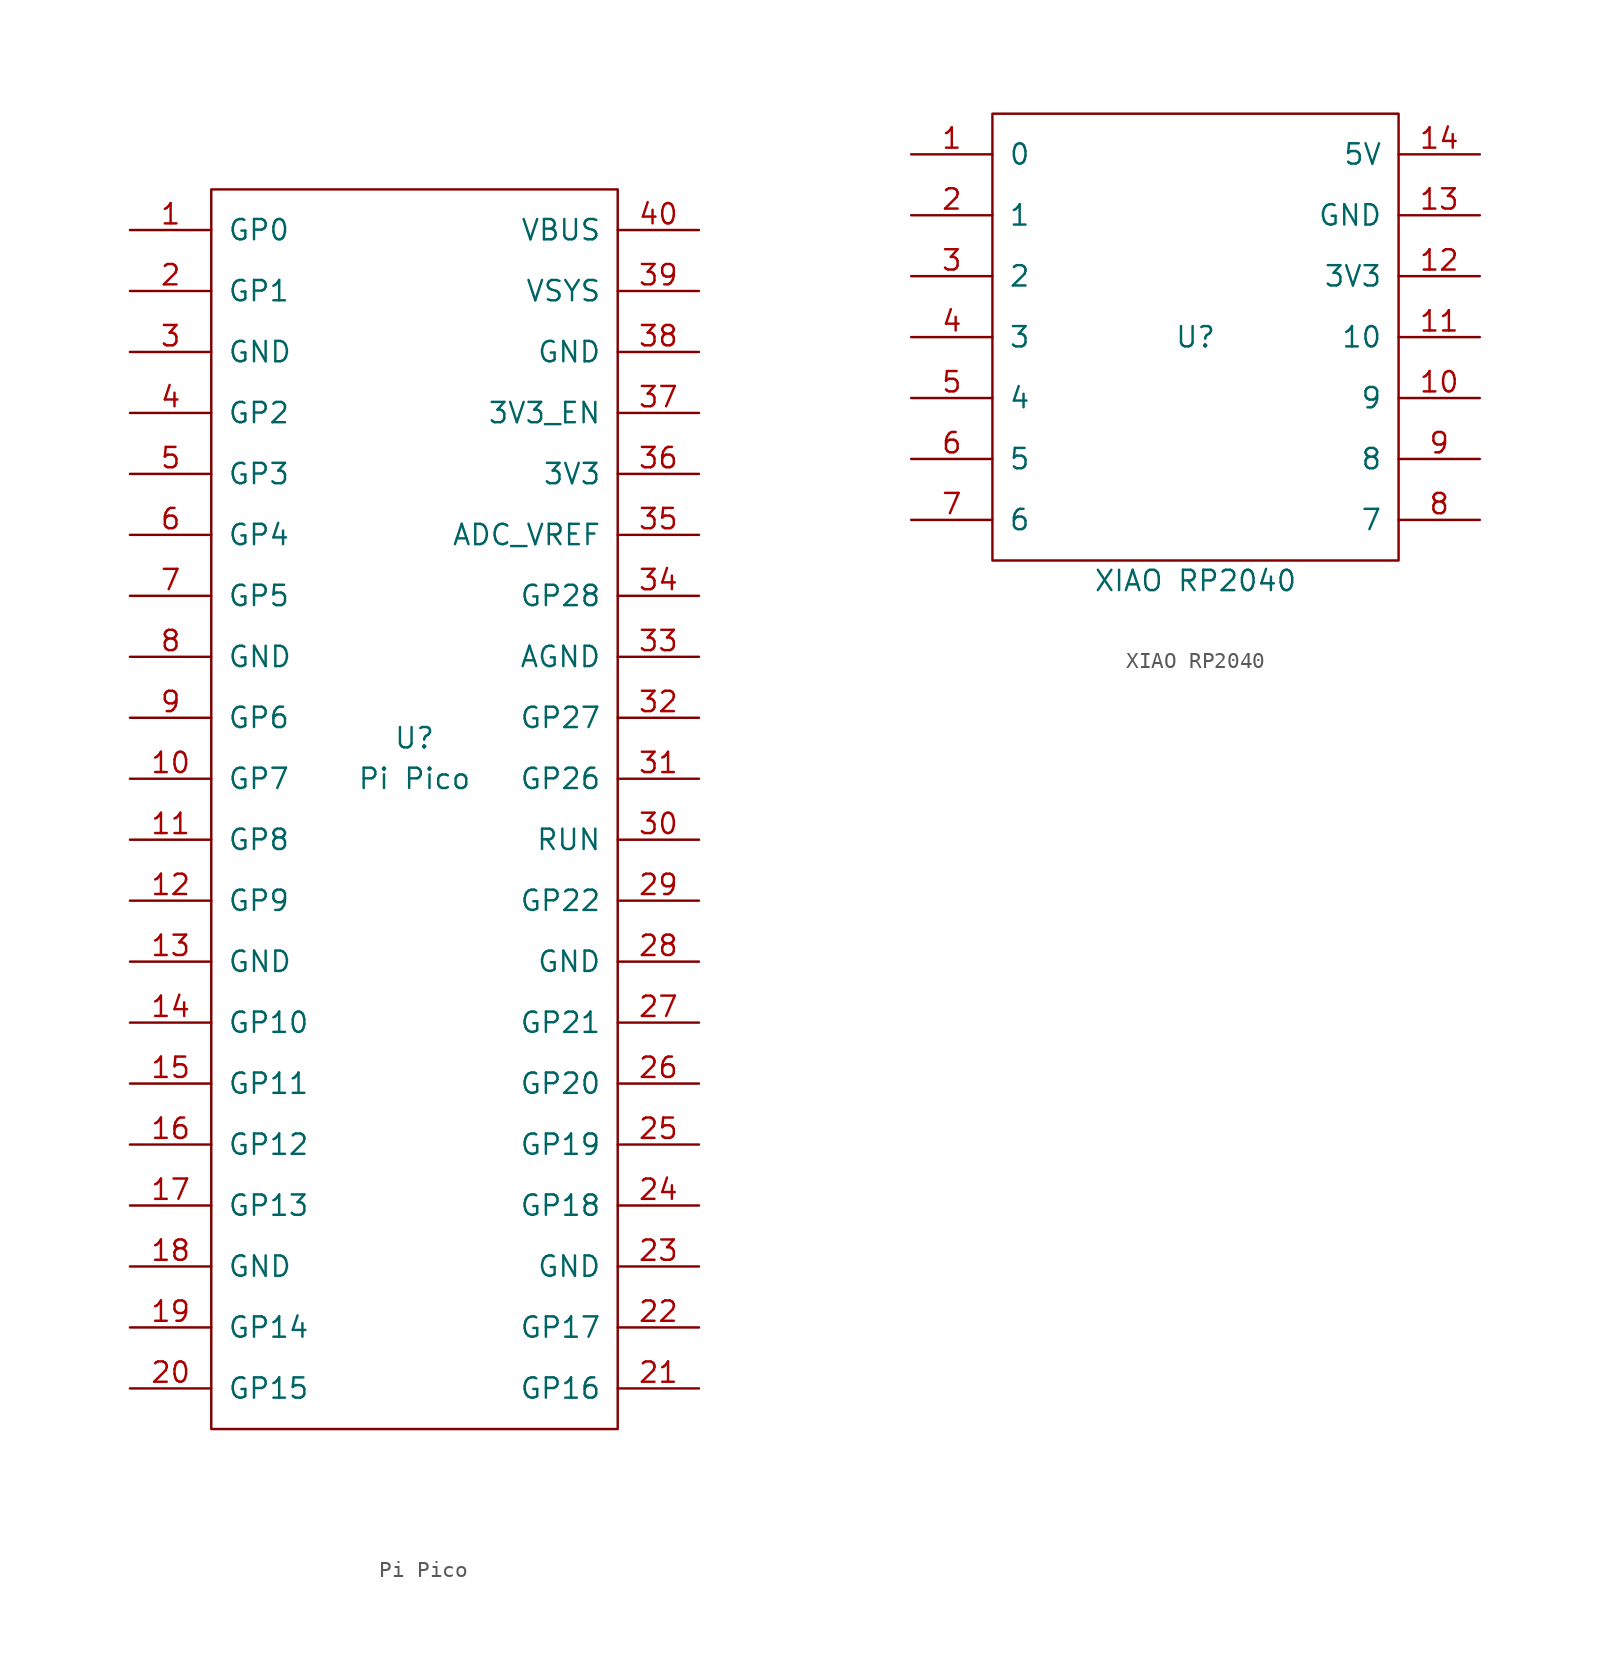
<source format=kicad_sym>
(kicad_symbol_lib
  (version 20220914)
  (generator kicad_symbol_editor)
  (symbol "Pi Pico"
    (pin_names
      (offset 1))
    (property "Reference" "U"
      (at 0 3.81 0)
      (do_not_autoplace)
      (effects (font (size 1.27 1.27))))
    (property "Value" "Pi Pico"
      (at 0 1.27 0)
      (do_not_autoplace)
      (effects (font (size 1.27 1.27))))
    (symbol "Pi Pico_0_0"
      (text "" (at 6.35 -27.94 0) (effects (font (size 1.27 1.27))))
      (text "" (at 7.62 11.43 0) (effects (font (size 1.27 1.27))))
      (text "" (at 12.7 -25.4 0) (effects (font (size 1.27 1.27))))
      (text "" (at 15.24 3.81 0) (effects (font (size 1.27 1.27))))
      (text "" (at 17.78 -34.29 0) (effects (font (size 1.27 1.27))))
      (text "" (at 17.78 -26.67 0) (effects (font (size 1.27 1.27))))
      (text "" (at 17.78 3.81 0) (effects (font (size 1.27 1.27))))
      (text "" (at 19.05 -36.83 0) (effects (font (size 1.27 1.27))))
      (text "" (at 19.05 -21.59 0) (effects (font (size 1.27 1.27))))
      (text "" (at 19.05 8.89 0) (effects (font (size 1.27 1.27)))))
    (symbol "Pi Pico_1_1"
      (rectangle (start -12.7 38.1) (end 12.7 -39.37) (stroke (width 0.152) (type default)) (fill (type none)))
      (pin input line (at -17.78 35.56 0) (length 5.08) (name "GP0" (effects (font (size 1.27 1.27)))) (number "1" (effects (font (size 1.27 1.27)))))
      (pin input line (at -17.78 1.27 0) (length 5.08) (name "GP7" (effects (font (size 1.27 1.27)))) (number "10" (effects (font (size 1.27 1.27)))))
      (pin input line (at -17.78 -2.54 0) (length 5.08) (name "GP8" (effects (font (size 1.27 1.27)))) (number "11" (effects (font (size 1.27 1.27)))))
      (pin input line (at -17.78 -6.35 0) (length 5.08) (name "GP9" (effects (font (size 1.27 1.27)))) (number "12" (effects (font (size 1.27 1.27)))))
      (pin input line (at -17.78 -10.16 0) (length 5.08) (name "GND" (effects (font (size 1.27 1.27)))) (number "13" (effects (font (size 1.27 1.27)))))
      (pin input line (at -17.78 -13.97 0) (length 5.08) (name "GP10" (effects (font (size 1.27 1.27)))) (number "14" (effects (font (size 1.27 1.27)))))
      (pin input line (at -17.78 -17.78 0) (length 5.08) (name "GP11" (effects (font (size 1.27 1.27)))) (number "15" (effects (font (size 1.27 1.27)))))
      (pin input line (at -17.78 -21.59 0) (length 5.08) (name "GP12" (effects (font (size 1.27 1.27)))) (number "16" (effects (font (size 1.27 1.27)))))
      (pin input line (at -17.78 -25.4 0) (length 5.08) (name "GP13" (effects (font (size 1.27 1.27)))) (number "17" (effects (font (size 1.27 1.27)))))
      (pin input line (at -17.78 -29.21 0) (length 5.08) (name "GND" (effects (font (size 1.27 1.27)))) (number "18" (effects (font (size 1.27 1.27)))))
      (pin input line (at -17.78 -33.02 0) (length 5.08) (name "GP14" (effects (font (size 1.27 1.27)))) (number "19" (effects (font (size 1.27 1.27)))))
      (pin input line (at -17.78 31.75 0) (length 5.08) (name "GP1" (effects (font (size 1.27 1.27)))) (number "2" (effects (font (size 1.27 1.27)))))
      (pin input line (at -17.78 -36.83 0) (length 5.08) (name "GP15" (effects (font (size 1.27 1.27)))) (number "20" (effects (font (size 1.27 1.27)))))
      (pin input line (at 17.78 -36.83 180) (length 5.08) (name "GP16" (effects (font (size 1.27 1.27)))) (number "21" (effects (font (size 1.27 1.27)))))
      (pin input line (at 17.78 -33.02 180) (length 5.08) (name "GP17" (effects (font (size 1.27 1.27)))) (number "22" (effects (font (size 1.27 1.27)))))
      (pin input line (at 17.78 -29.21 180) (length 5.08) (name "GND" (effects (font (size 1.27 1.27)))) (number "23" (effects (font (size 1.27 1.27)))))
      (pin input line (at 17.78 -25.4 180) (length 5.08) (name "GP18" (effects (font (size 1.27 1.27)))) (number "24" (effects (font (size 1.27 1.27)))))
      (pin input line (at 17.78 -21.59 180) (length 5.08) (name "GP19" (effects (font (size 1.27 1.27)))) (number "25" (effects (font (size 1.27 1.27)))))
      (pin input line (at 17.78 -17.78 180) (length 5.08) (name "GP20" (effects (font (size 1.27 1.27)))) (number "26" (effects (font (size 1.27 1.27)))))
      (pin input line (at 17.78 -13.97 180) (length 5.08) (name "GP21" (effects (font (size 1.27 1.27)))) (number "27" (effects (font (size 1.27 1.27)))))
      (pin input line (at 17.78 -10.16 180) (length 5.08) (name "GND" (effects (font (size 1.27 1.27)))) (number "28" (effects (font (size 1.27 1.27)))))
      (pin input line (at 17.78 -6.35 180) (length 5.08) (name "GP22" (effects (font (size 1.27 1.27)))) (number "29" (effects (font (size 1.27 1.27)))))
      (pin input line (at -17.78 27.94 0) (length 5.08) (name "GND" (effects (font (size 1.27 1.27)))) (number "3" (effects (font (size 1.27 1.27)))))
      (pin input line (at 17.78 -2.54 180) (length 5.08) (name "RUN" (effects (font (size 1.27 1.27)))) (number "30" (effects (font (size 1.27 1.27)))))
      (pin input line (at 17.78 1.27 180) (length 5.08) (name "GP26" (effects (font (size 1.27 1.27)))) (number "31" (effects (font (size 1.27 1.27)))))
      (pin input line (at 17.78 5.08 180) (length 5.08) (name "GP27" (effects (font (size 1.27 1.27)))) (number "32" (effects (font (size 1.27 1.27)))))
      (pin input line (at 17.78 8.89 180) (length 5.08) (name "AGND" (effects (font (size 1.27 1.27)))) (number "33" (effects (font (size 1.27 1.27)))))
      (pin input line (at 17.78 12.7 180) (length 5.08) (name "GP28" (effects (font (size 1.27 1.27)))) (number "34" (effects (font (size 1.27 1.27)))))
      (pin input line (at 17.78 16.51 180) (length 5.08) (name "ADC_VREF" (effects (font (size 1.27 1.27)))) (number "35" (effects (font (size 1.27 1.27)))))
      (pin input line (at 17.78 20.32 180) (length 5.08) (name "3V3" (effects (font (size 1.27 1.27)))) (number "36" (effects (font (size 1.27 1.27)))))
      (pin input line (at 17.78 24.13 180) (length 5.08) (name "3V3_EN" (effects (font (size 1.27 1.27)))) (number "37" (effects (font (size 1.27 1.27)))))
      (pin input line (at 17.78 27.94 180) (length 5.08) (name "GND" (effects (font (size 1.27 1.27)))) (number "38" (effects (font (size 1.27 1.27)))))
      (pin input line (at 17.78 31.75 180) (length 5.08) (name "VSYS" (effects (font (size 1.27 1.27)))) (number "39" (effects (font (size 1.27 1.27)))))
      (pin input line (at -17.78 24.13 0) (length 5.08) (name "GP2" (effects (font (size 1.27 1.27)))) (number "4" (effects (font (size 1.27 1.27)))))
      (pin input line (at 17.78 35.56 180) (length 5.08) (name "VBUS" (effects (font (size 1.27 1.27)))) (number "40" (effects (font (size 1.27 1.27)))))
      (pin input line (at -17.78 20.32 0) (length 5.08) (name "GP3" (effects (font (size 1.27 1.27)))) (number "5" (effects (font (size 1.27 1.27)))))
      (pin input line (at -17.78 16.51 0) (length 5.08) (name "GP4" (effects (font (size 1.27 1.27)))) (number "6" (effects (font (size 1.27 1.27)))))
      (pin input line (at -17.78 12.7 0) (length 5.08) (name "GP5" (effects (font (size 1.27 1.27)))) (number "7" (effects (font (size 1.27 1.27)))))
      (pin input line (at -17.78 8.89 0) (length 5.08) (name "GND" (effects (font (size 1.27 1.27)))) (number "8" (effects (font (size 1.27 1.27)))))
      (pin input line (at -17.78 5.08 0) (length 5.08) (name "GP6" (effects (font (size 1.27 1.27)))) (number "9" (effects (font (size 1.27 1.27)))))))
  (symbol "XIAO RP2040"
    (pin_names
      (offset 1))
    (property "Reference" "U"
      (at 0 0 0)
      (effects (font (size 1.27 1.27))))
    (property "Value" "XIAO RP2040"
      (at 0 -15.24 0)
      (effects (font (size 1.27 1.27))))
    (symbol "XIAO RP2040_0_1"
      (rectangle (start -12.7 13.97) (end 12.7 -13.97) (stroke (width 0.152) (type default)) (fill (type none))))
    (symbol "XIAO RP2040_1_1"
      (pin input line (at -17.78 11.43 0) (length 5.08) (name "0" (effects (font (size 1.27 1.27)))) (number "1" (effects (font (size 1.27 1.27)))))
      (pin input line (at 17.78 -3.81 180) (length 5.08) (name "9" (effects (font (size 1.27 1.27)))) (number "10" (effects (font (size 1.27 1.27)))))
      (pin input line (at 17.78 0 180) (length 5.08) (name "10" (effects (font (size 1.27 1.27)))) (number "11" (effects (font (size 1.27 1.27)))))
      (pin input line (at 17.78 3.81 180) (length 5.08) (name "3V3" (effects (font (size 1.27 1.27)))) (number "12" (effects (font (size 1.27 1.27)))))
      (pin input line (at 17.78 7.62 180) (length 5.08) (name "GND" (effects (font (size 1.27 1.27)))) (number "13" (effects (font (size 1.27 1.27)))))
      (pin input line (at 17.78 11.43 180) (length 5.08) (name "5V" (effects (font (size 1.27 1.27)))) (number "14" (effects (font (size 1.27 1.27)))))
      (pin input line (at -17.78 7.62 0) (length 5.08) (name "1" (effects (font (size 1.27 1.27)))) (number "2" (effects (font (size 1.27 1.27)))))
      (pin input line (at -17.78 3.81 0) (length 5.08) (name "2" (effects (font (size 1.27 1.27)))) (number "3" (effects (font (size 1.27 1.27)))))
      (pin input line (at -17.78 0 0) (length 5.08) (name "3" (effects (font (size 1.27 1.27)))) (number "4" (effects (font (size 1.27 1.27)))))
      (pin input line (at -17.78 -3.81 0) (length 5.08) (name "4" (effects (font (size 1.27 1.27)))) (number "5" (effects (font (size 1.27 1.27)))))
      (pin input line (at -17.78 -7.62 0) (length 5.08) (name "5" (effects (font (size 1.27 1.27)))) (number "6" (effects (font (size 1.27 1.27)))))
      (pin input line (at -17.78 -11.43 0) (length 5.08) (name "6" (effects (font (size 1.27 1.27)))) (number "7" (effects (font (size 1.27 1.27)))))
      (pin input line (at 17.78 -11.43 180) (length 5.08) (name "7" (effects (font (size 1.27 1.27)))) (number "8" (effects (font (size 1.27 1.27)))))
      (pin input line (at 17.78 -7.62 180) (length 5.08) (name "8" (effects (font (size 1.27 1.27)))) (number "9" (effects (font (size 1.27 1.27))))))))
</source>
